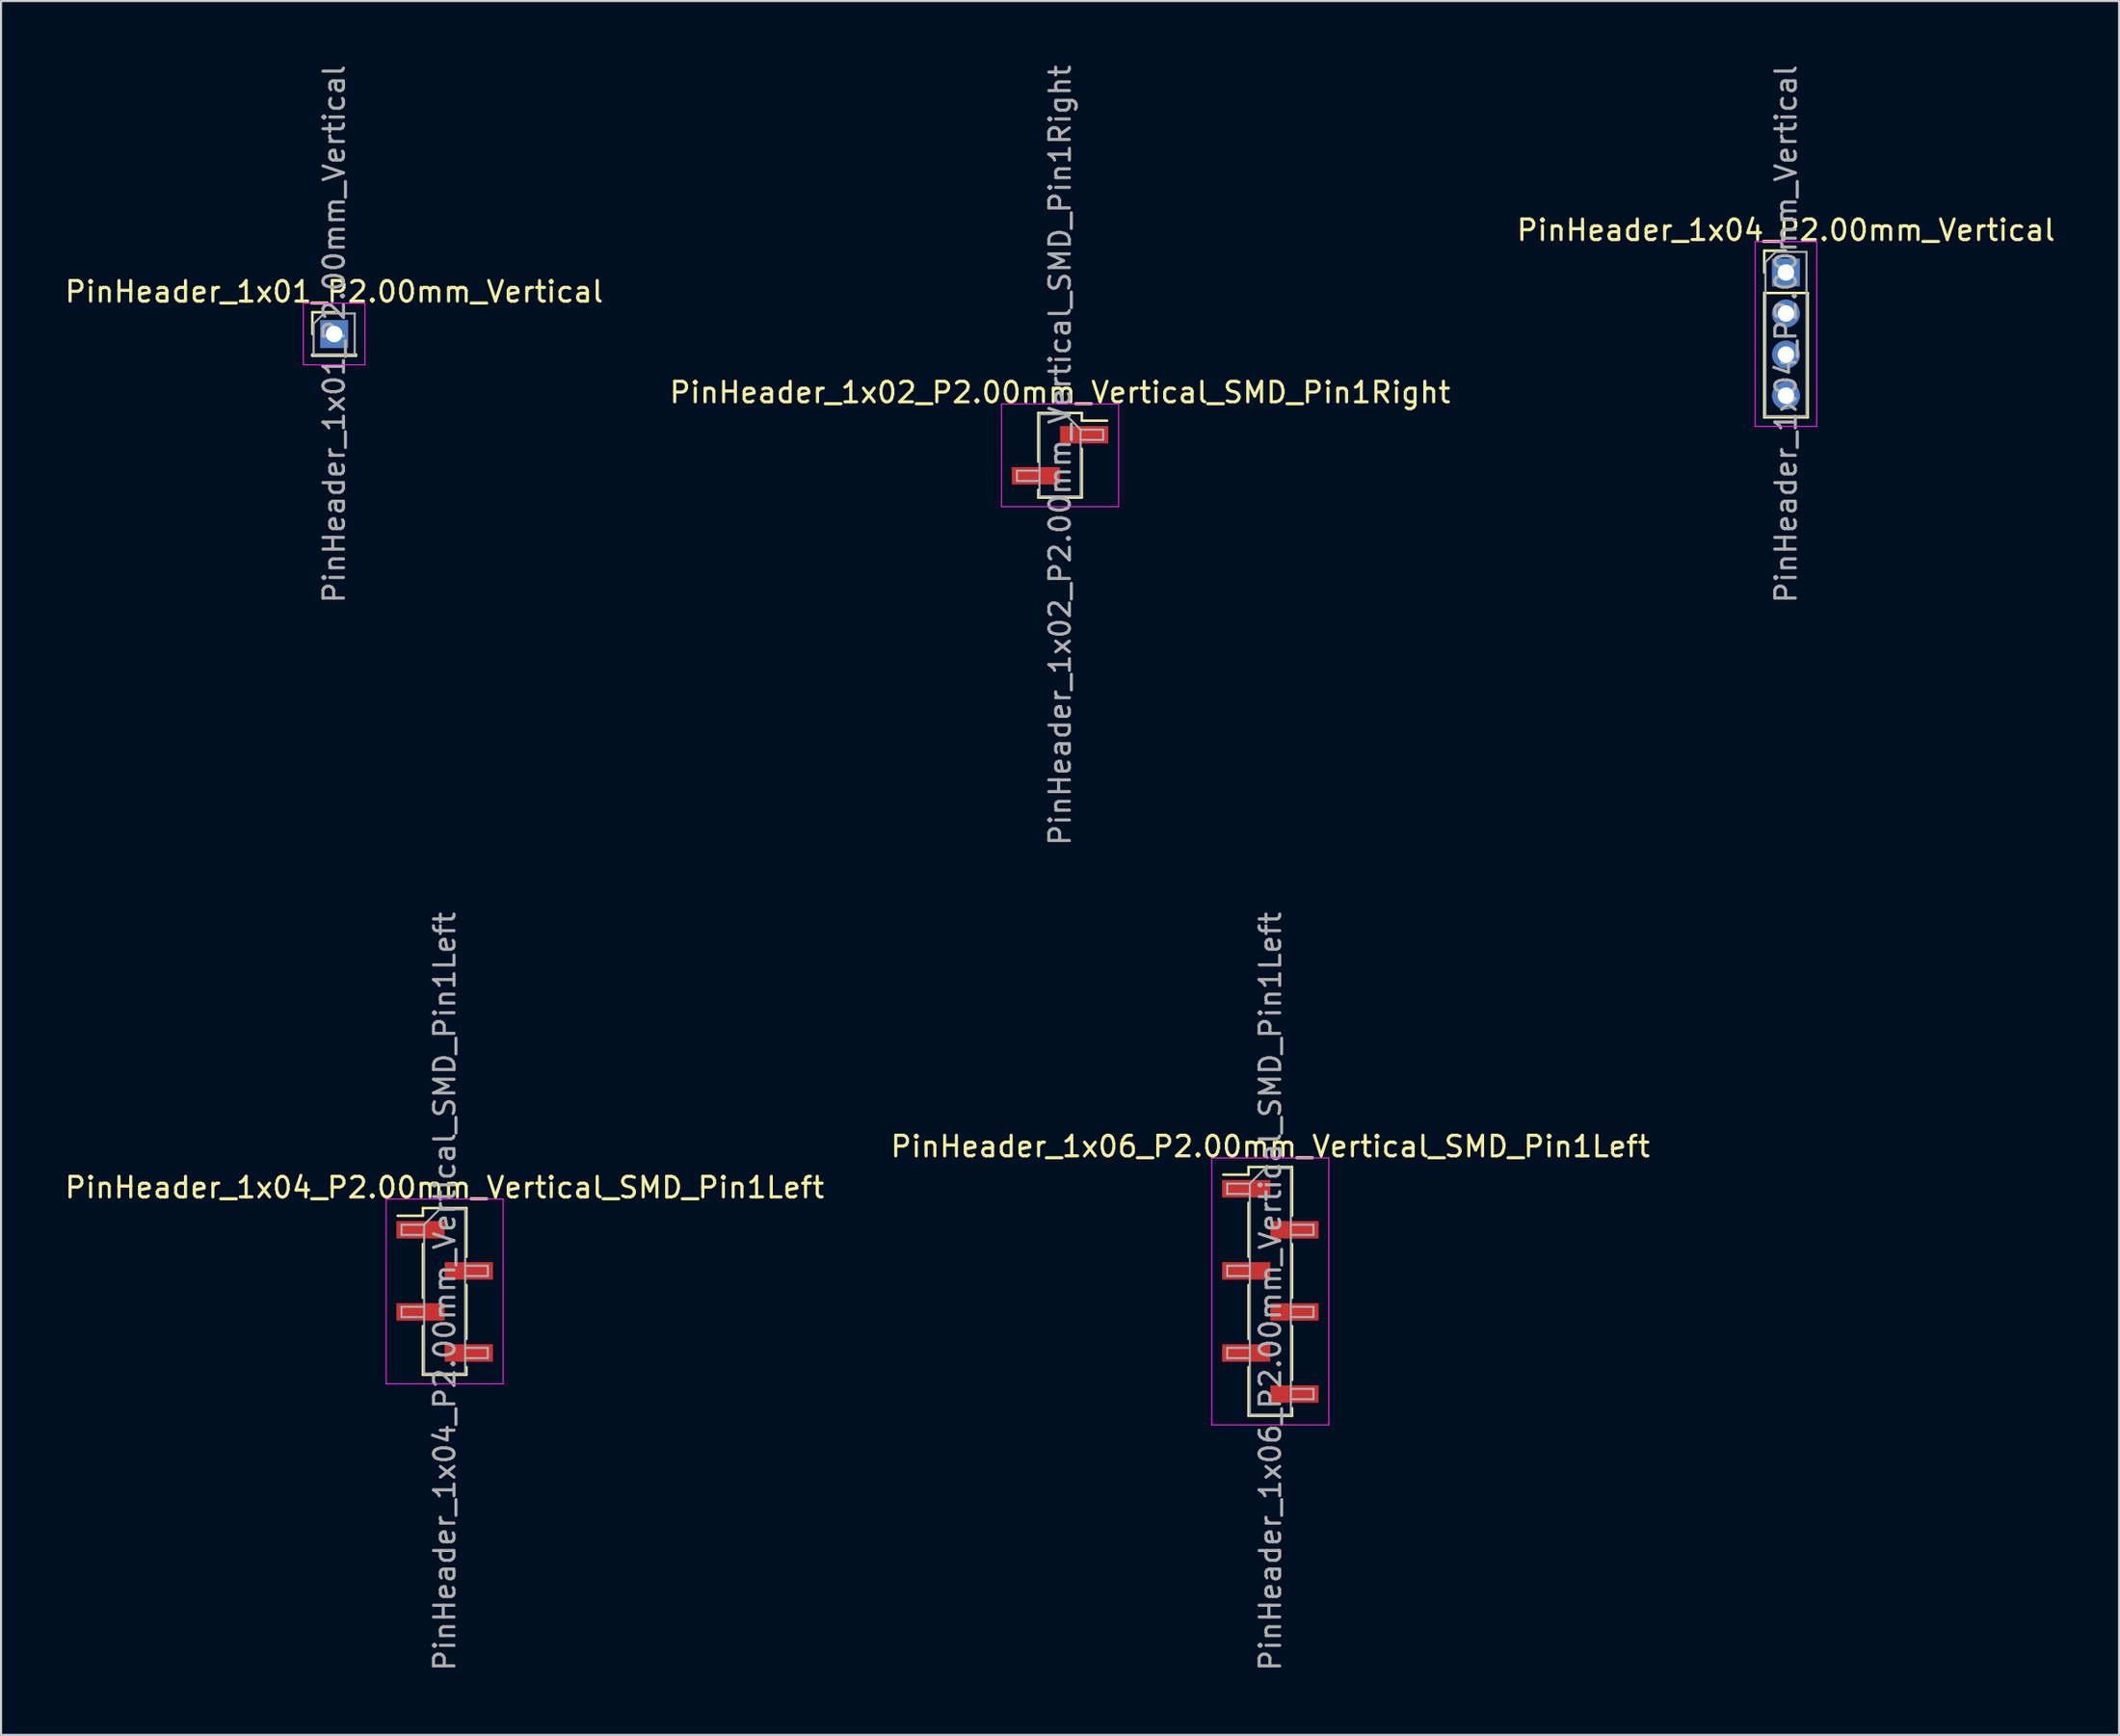
<source format=kicad_pcb>
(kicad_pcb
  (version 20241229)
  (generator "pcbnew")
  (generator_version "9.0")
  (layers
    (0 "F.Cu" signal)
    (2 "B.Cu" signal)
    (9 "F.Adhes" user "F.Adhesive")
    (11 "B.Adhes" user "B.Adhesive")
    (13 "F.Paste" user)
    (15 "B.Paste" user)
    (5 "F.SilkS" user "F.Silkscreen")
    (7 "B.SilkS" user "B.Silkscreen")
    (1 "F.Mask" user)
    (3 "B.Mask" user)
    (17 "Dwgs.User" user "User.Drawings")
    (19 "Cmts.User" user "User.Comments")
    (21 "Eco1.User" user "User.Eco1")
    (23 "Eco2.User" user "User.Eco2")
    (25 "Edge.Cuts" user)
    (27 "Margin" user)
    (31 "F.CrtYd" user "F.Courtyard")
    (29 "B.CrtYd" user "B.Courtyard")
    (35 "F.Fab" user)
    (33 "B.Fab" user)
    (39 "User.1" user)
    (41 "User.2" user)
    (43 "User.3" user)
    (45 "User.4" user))
  (footprint "PinHeader_1x04_P2.00mm_Vertical_SMD_Pin1Left"
    (layer "F.Cu")
    (at 18.601 59.851)
    (property "Reference" "PinHeader_1x04_P2.00mm_Vertical_SMD_Pin1Left" (at 0 -5.06 0) (layer "F.SilkS") (effects (font (size 1 1) (thickness 0.15))))
    (attr smd)
    (fp_line (start -1.06 -4.06) (end -1.06 -3.685) (stroke (width 0.12) (type solid)) (layer "F.SilkS"))
    (fp_line (start -1.06 -4.06) (end 1.06 -4.06) (stroke (width 0.12) (type solid)) (layer "F.SilkS"))
    (fp_line (start -1.06 -3.685) (end -2.29 -3.685) (stroke (width 0.12) (type solid)) (layer "F.SilkS"))
    (fp_line (start -1.06 -2.315) (end -1.06 0.315) (stroke (width 0.12) (type solid)) (layer "F.SilkS"))
    (fp_line (start -1.06 1.685) (end -1.06 4.06) (stroke (width 0.12) (type solid)) (layer "F.SilkS"))
    (fp_line (start -1.06 4.06) (end 1.06 4.06) (stroke (width 0.12) (type solid)) (layer "F.SilkS"))
    (fp_line (start 1.06 -4.06) (end 1.06 -1.685) (stroke (width 0.12) (type solid)) (layer "F.SilkS"))
    (fp_line (start 1.06 -0.315) (end 1.06 2.315) (stroke (width 0.12) (type solid)) (layer "F.SilkS"))
    (fp_line (start 1.06 3.685) (end 1.06 4.06) (stroke (width 0.12) (type solid)) (layer "F.SilkS"))
    (fp_line (start -2.85 -4.5) (end -2.85 4.5) (stroke (width 0.05) (type solid)) (layer "F.CrtYd"))
    (fp_line (start -2.85 4.5) (end 2.85 4.5) (stroke (width 0.05) (type solid)) (layer "F.CrtYd"))
    (fp_line (start 2.85 -4.5) (end -2.85 -4.5) (stroke (width 0.05) (type solid)) (layer "F.CrtYd"))
    (fp_line (start 2.85 4.5) (end 2.85 -4.5) (stroke (width 0.05) (type solid)) (layer "F.CrtYd"))
    (fp_line (start -2.1 -3.25) (end -2.1 -2.75) (stroke (width 0.1) (type solid)) (layer "F.Fab"))
    (fp_line (start -2.1 -2.75) (end -1 -2.75) (stroke (width 0.1) (type solid)) (layer "F.Fab"))
    (fp_line (start -2.1 0.75) (end -2.1 1.25) (stroke (width 0.1) (type solid)) (layer "F.Fab"))
    (fp_line (start -2.1 1.25) (end -1 1.25) (stroke (width 0.1) (type solid)) (layer "F.Fab"))
    (fp_line (start -1 -3.25) (end -2.1 -3.25) (stroke (width 0.1) (type solid)) (layer "F.Fab"))
    (fp_line (start -1 -3.25) (end -0.25 -4) (stroke (width 0.1) (type solid)) (layer "F.Fab"))
    (fp_line (start -1 0.75) (end -2.1 0.75) (stroke (width 0.1) (type solid)) (layer "F.Fab"))
    (fp_line (start -1 4) (end -1 -3.25) (stroke (width 0.1) (type solid)) (layer "F.Fab"))
    (fp_line (start -0.25 -4) (end 1 -4) (stroke (width 0.1) (type solid)) (layer "F.Fab"))
    (fp_line (start 1 -4) (end 1 4) (stroke (width 0.1) (type solid)) (layer "F.Fab"))
    (fp_line (start 1 -1.25) (end 2.1 -1.25) (stroke (width 0.1) (type solid)) (layer "F.Fab"))
    (fp_line (start 1 2.75) (end 2.1 2.75) (stroke (width 0.1) (type solid)) (layer "F.Fab"))
    (fp_line (start 1 4) (end -1 4) (stroke (width 0.1) (type solid)) (layer "F.Fab"))
    (fp_line (start 2.1 -1.25) (end 2.1 -0.75) (stroke (width 0.1) (type solid)) (layer "F.Fab"))
    (fp_line (start 2.1 -0.75) (end 1 -0.75) (stroke (width 0.1) (type solid)) (layer "F.Fab"))
    (fp_line (start 2.1 2.75) (end 2.1 3.25) (stroke (width 0.1) (type solid)) (layer "F.Fab"))
    (fp_line (start 2.1 3.25) (end 1 3.25) (stroke (width 0.1) (type solid)) (layer "F.Fab"))
    (fp_text user "${REFERENCE}" (at 0 0 90) (layer "F.Fab") (effects (font (size 1 1) (thickness 0.15))))
    (pad "1" smd rect (at -1.175 -3) (size 2.35 0.85) (layers "F.Cu" "F.Mask" "F.Paste"))
    (pad "2" smd rect (at 1.175 -1) (size 2.35 0.85) (layers "F.Cu" "F.Mask" "F.Paste"))
    (pad "3" smd rect (at -1.175 1) (size 2.35 0.85) (layers "F.Cu" "F.Mask" "F.Paste"))
    (pad "4" smd rect (at 1.175 3) (size 2.35 0.85) (layers "F.Cu" "F.Mask" "F.Paste")))
  (footprint "PinHeader_1x06_P2.00mm_Vertical_SMD_Pin1Left"
    (layer "F.Cu")
    (at 58.804 59.851)
    (property "Reference" "PinHeader_1x06_P2.00mm_Vertical_SMD_Pin1Left" (at 0 -7.06 0) (layer "F.SilkS") (effects (font (size 1 1) (thickness 0.15))))
    (attr smd)
    (fp_line (start -1.06 -6.06) (end -1.06 -5.685) (stroke (width 0.12) (type solid)) (layer "F.SilkS"))
    (fp_line (start -1.06 -6.06) (end 1.06 -6.06) (stroke (width 0.12) (type solid)) (layer "F.SilkS"))
    (fp_line (start -1.06 -5.685) (end -2.29 -5.685) (stroke (width 0.12) (type solid)) (layer "F.SilkS"))
    (fp_line (start -1.06 -4.315) (end -1.06 -1.685) (stroke (width 0.12) (type solid)) (layer "F.SilkS"))
    (fp_line (start -1.06 -0.315) (end -1.06 2.315) (stroke (width 0.12) (type solid)) (layer "F.SilkS"))
    (fp_line (start -1.06 3.685) (end -1.06 6.06) (stroke (width 0.12) (type solid)) (layer "F.SilkS"))
    (fp_line (start -1.06 6.06) (end 1.06 6.06) (stroke (width 0.12) (type solid)) (layer "F.SilkS"))
    (fp_line (start 1.06 -6.06) (end 1.06 -3.685) (stroke (width 0.12) (type solid)) (layer "F.SilkS"))
    (fp_line (start 1.06 -2.315) (end 1.06 0.315) (stroke (width 0.12) (type solid)) (layer "F.SilkS"))
    (fp_line (start 1.06 1.685) (end 1.06 4.315) (stroke (width 0.12) (type solid)) (layer "F.SilkS"))
    (fp_line (start 1.06 5.685) (end 1.06 6.06) (stroke (width 0.12) (type solid)) (layer "F.SilkS"))
    (fp_line (start -2.85 -6.5) (end -2.85 6.5) (stroke (width 0.05) (type solid)) (layer "F.CrtYd"))
    (fp_line (start -2.85 6.5) (end 2.85 6.5) (stroke (width 0.05) (type solid)) (layer "F.CrtYd"))
    (fp_line (start 2.85 -6.5) (end -2.85 -6.5) (stroke (width 0.05) (type solid)) (layer "F.CrtYd"))
    (fp_line (start 2.85 6.5) (end 2.85 -6.5) (stroke (width 0.05) (type solid)) (layer "F.CrtYd"))
    (fp_line (start -2.1 -5.25) (end -2.1 -4.75) (stroke (width 0.1) (type solid)) (layer "F.Fab"))
    (fp_line (start -2.1 -4.75) (end -1 -4.75) (stroke (width 0.1) (type solid)) (layer "F.Fab"))
    (fp_line (start -2.1 -1.25) (end -2.1 -0.75) (stroke (width 0.1) (type solid)) (layer "F.Fab"))
    (fp_line (start -2.1 -0.75) (end -1 -0.75) (stroke (width 0.1) (type solid)) (layer "F.Fab"))
    (fp_line (start -2.1 2.75) (end -2.1 3.25) (stroke (width 0.1) (type solid)) (layer "F.Fab"))
    (fp_line (start -2.1 3.25) (end -1 3.25) (stroke (width 0.1) (type solid)) (layer "F.Fab"))
    (fp_line (start -1 -5.25) (end -2.1 -5.25) (stroke (width 0.1) (type solid)) (layer "F.Fab"))
    (fp_line (start -1 -5.25) (end -0.25 -6) (stroke (width 0.1) (type solid)) (layer "F.Fab"))
    (fp_line (start -1 -1.25) (end -2.1 -1.25) (stroke (width 0.1) (type solid)) (layer "F.Fab"))
    (fp_line (start -1 2.75) (end -2.1 2.75) (stroke (width 0.1) (type solid)) (layer "F.Fab"))
    (fp_line (start -1 6) (end -1 -5.25) (stroke (width 0.1) (type solid)) (layer "F.Fab"))
    (fp_line (start -0.25 -6) (end 1 -6) (stroke (width 0.1) (type solid)) (layer "F.Fab"))
    (fp_line (start 1 -6) (end 1 6) (stroke (width 0.1) (type solid)) (layer "F.Fab"))
    (fp_line (start 1 -3.25) (end 2.1 -3.25) (stroke (width 0.1) (type solid)) (layer "F.Fab"))
    (fp_line (start 1 0.75) (end 2.1 0.75) (stroke (width 0.1) (type solid)) (layer "F.Fab"))
    (fp_line (start 1 4.75) (end 2.1 4.75) (stroke (width 0.1) (type solid)) (layer "F.Fab"))
    (fp_line (start 1 6) (end -1 6) (stroke (width 0.1) (type solid)) (layer "F.Fab"))
    (fp_line (start 2.1 -3.25) (end 2.1 -2.75) (stroke (width 0.1) (type solid)) (layer "F.Fab"))
    (fp_line (start 2.1 -2.75) (end 1 -2.75) (stroke (width 0.1) (type solid)) (layer "F.Fab"))
    (fp_line (start 2.1 0.75) (end 2.1 1.25) (stroke (width 0.1) (type solid)) (layer "F.Fab"))
    (fp_line (start 2.1 1.25) (end 1 1.25) (stroke (width 0.1) (type solid)) (layer "F.Fab"))
    (fp_line (start 2.1 4.75) (end 2.1 5.25) (stroke (width 0.1) (type solid)) (layer "F.Fab"))
    (fp_line (start 2.1 5.25) (end 1 5.25) (stroke (width 0.1) (type solid)) (layer "F.Fab"))
    (fp_text user "${REFERENCE}" (at 0 0 90) (layer "F.Fab") (effects (font (size 1 1) (thickness 0.15))))
    (pad "1" smd rect (at -1.175 -5) (size 2.35 0.85) (layers "F.Cu" "F.Mask" "F.Paste"))
    (pad "2" smd rect (at 1.175 -3) (size 2.35 0.85) (layers "F.Cu" "F.Mask" "F.Paste"))
    (pad "3" smd rect (at -1.175 -1) (size 2.35 0.85) (layers "F.Cu" "F.Mask" "F.Paste"))
    (pad "4" smd rect (at 1.175 1) (size 2.35 0.85) (layers "F.Cu" "F.Mask" "F.Paste"))
    (pad "5" smd rect (at -1.175 3) (size 2.35 0.85) (layers "F.Cu" "F.Mask" "F.Paste"))
    (pad "6" smd rect (at 1.175 5) (size 2.35 0.85) (layers "F.Cu" "F.Mask" "F.Paste")))
  (footprint "PinHeader_1x01_P2.00mm_Vertical"
    (layer "F.Cu")
    (at 13.22 13.22)
    (property "Reference" "PinHeader_1x01_P2.00mm_Vertical" (at 0 -2.06 0) (layer "F.SilkS") (effects (font (size 1 1) (thickness 0.15))))
    (attr through_hole)
    (fp_line (start -1.06 -1.06) (end 0 -1.06) (stroke (width 0.12) (type solid)) (layer "F.SilkS"))
    (fp_line (start -1.06 0) (end -1.06 -1.06) (stroke (width 0.12) (type solid)) (layer "F.SilkS"))
    (fp_line (start -1.06 1) (end -1.06 1.06) (stroke (width 0.12) (type solid)) (layer "F.SilkS"))
    (fp_line (start -1.06 1) (end 1.06 1) (stroke (width 0.12) (type solid)) (layer "F.SilkS"))
    (fp_line (start -1.06 1.06) (end 1.06 1.06) (stroke (width 0.12) (type solid)) (layer "F.SilkS"))
    (fp_line (start 1.06 1) (end 1.06 1.06) (stroke (width 0.12) (type solid)) (layer "F.SilkS"))
    (fp_line (start -1.5 -1.5) (end -1.5 1.5) (stroke (width 0.05) (type solid)) (layer "F.CrtYd"))
    (fp_line (start -1.5 1.5) (end 1.5 1.5) (stroke (width 0.05) (type solid)) (layer "F.CrtYd"))
    (fp_line (start 1.5 -1.5) (end -1.5 -1.5) (stroke (width 0.05) (type solid)) (layer "F.CrtYd"))
    (fp_line (start 1.5 1.5) (end 1.5 -1.5) (stroke (width 0.05) (type solid)) (layer "F.CrtYd"))
    (fp_line (start -1 -0.5) (end -0.5 -1) (stroke (width 0.1) (type solid)) (layer "F.Fab"))
    (fp_line (start -1 1) (end -1 -0.5) (stroke (width 0.1) (type solid)) (layer "F.Fab"))
    (fp_line (start -0.5 -1) (end 1 -1) (stroke (width 0.1) (type solid)) (layer "F.Fab"))
    (fp_line (start 1 -1) (end 1 1) (stroke (width 0.1) (type solid)) (layer "F.Fab"))
    (fp_line (start 1 1) (end -1 1) (stroke (width 0.1) (type solid)) (layer "F.Fab"))
    (fp_text user "${REFERENCE}" (at 0 0 90) (layer "F.Fab") (effects (font (size 1 1) (thickness 0.15))))
    (pad "1" thru_hole rect (at 0 0) (size 1.35 1.35) (drill 0.8) (layers "*.Cu" "*.Mask")))
  (footprint "PinHeader_1x02_P2.00mm_Vertical_SMD_Pin1Right"
    (layer "F.Cu")
    (at 48.565 19.125)
    (property "Reference" "PinHeader_1x02_P2.00mm_Vertical_SMD_Pin1Right" (at 0 -3.06 0) (layer "F.SilkS") (effects (font (size 1 1) (thickness 0.15))))
    (attr smd)
    (fp_line (start -1.06 -2.06) (end -1.06 0.315) (stroke (width 0.12) (type solid)) (layer "F.SilkS"))
    (fp_line (start -1.06 -2.06) (end 1.06 -2.06) (stroke (width 0.12) (type solid)) (layer "F.SilkS"))
    (fp_line (start -1.06 1.685) (end -1.06 2.06) (stroke (width 0.12) (type solid)) (layer "F.SilkS"))
    (fp_line (start -1.06 2.06) (end 1.06 2.06) (stroke (width 0.12) (type solid)) (layer "F.SilkS"))
    (fp_line (start 1.06 -2.06) (end 1.06 -1.685) (stroke (width 0.12) (type solid)) (layer "F.SilkS"))
    (fp_line (start 1.06 -1.685) (end 2.29 -1.685) (stroke (width 0.12) (type solid)) (layer "F.SilkS"))
    (fp_line (start 1.06 -0.315) (end 1.06 2.06) (stroke (width 0.12) (type solid)) (layer "F.SilkS"))
    (fp_line (start -2.85 -2.5) (end -2.85 2.5) (stroke (width 0.05) (type solid)) (layer "F.CrtYd"))
    (fp_line (start -2.85 2.5) (end 2.85 2.5) (stroke (width 0.05) (type solid)) (layer "F.CrtYd"))
    (fp_line (start 2.85 -2.5) (end -2.85 -2.5) (stroke (width 0.05) (type solid)) (layer "F.CrtYd"))
    (fp_line (start 2.85 2.5) (end 2.85 -2.5) (stroke (width 0.05) (type solid)) (layer "F.CrtYd"))
    (fp_line (start -2.1 0.75) (end -2.1 1.25) (stroke (width 0.1) (type solid)) (layer "F.Fab"))
    (fp_line (start -2.1 1.25) (end -1 1.25) (stroke (width 0.1) (type solid)) (layer "F.Fab"))
    (fp_line (start -1 -2) (end -1 2) (stroke (width 0.1) (type solid)) (layer "F.Fab"))
    (fp_line (start -1 -2) (end 0.25 -2) (stroke (width 0.1) (type solid)) (layer "F.Fab"))
    (fp_line (start -1 0.75) (end -2.1 0.75) (stroke (width 0.1) (type solid)) (layer "F.Fab"))
    (fp_line (start 1 -1.25) (end 0.25 -2) (stroke (width 0.1) (type solid)) (layer "F.Fab"))
    (fp_line (start 1 -1.25) (end 2.1 -1.25) (stroke (width 0.1) (type solid)) (layer "F.Fab"))
    (fp_line (start 1 2) (end -1 2) (stroke (width 0.1) (type solid)) (layer "F.Fab"))
    (fp_line (start 1 2) (end 1 -1.25) (stroke (width 0.1) (type solid)) (layer "F.Fab"))
    (fp_line (start 2.1 -1.25) (end 2.1 -0.75) (stroke (width 0.1) (type solid)) (layer "F.Fab"))
    (fp_line (start 2.1 -0.75) (end 1 -0.75) (stroke (width 0.1) (type solid)) (layer "F.Fab"))
    (fp_text user "${REFERENCE}" (at 0 0 90) (layer "F.Fab") (effects (font (size 1 1) (thickness 0.15))))
    (pad "1" smd rect (at 1.175 -1) (size 2.35 0.85) (layers "F.Cu" "F.Mask" "F.Paste"))
    (pad "2" smd rect (at -1.175 1) (size 2.35 0.85) (layers "F.Cu" "F.Mask" "F.Paste")))
  (footprint "PinHeader_1x04_P2.00mm_Vertical"
    (layer "F.Cu")
    (at 83.911 10.22)
    (property "Reference" "PinHeader_1x04_P2.00mm_Vertical" (at 0 -2.06 0) (layer "F.SilkS") (effects (font (size 1 1) (thickness 0.15))))
    (attr through_hole)
    (fp_line (start -1.06 -1.06) (end 0 -1.06) (stroke (width 0.12) (type solid)) (layer "F.SilkS"))
    (fp_line (start -1.06 0) (end -1.06 -1.06) (stroke (width 0.12) (type solid)) (layer "F.SilkS"))
    (fp_line (start -1.06 1) (end -1.06 7.06) (stroke (width 0.12) (type solid)) (layer "F.SilkS"))
    (fp_line (start -1.06 1) (end 1.06 1) (stroke (width 0.12) (type solid)) (layer "F.SilkS"))
    (fp_line (start -1.06 7.06) (end 1.06 7.06) (stroke (width 0.12) (type solid)) (layer "F.SilkS"))
    (fp_line (start 1.06 1) (end 1.06 7.06) (stroke (width 0.12) (type solid)) (layer "F.SilkS"))
    (fp_line (start -1.5 -1.5) (end -1.5 7.5) (stroke (width 0.05) (type solid)) (layer "F.CrtYd"))
    (fp_line (start -1.5 7.5) (end 1.5 7.5) (stroke (width 0.05) (type solid)) (layer "F.CrtYd"))
    (fp_line (start 1.5 -1.5) (end -1.5 -1.5) (stroke (width 0.05) (type solid)) (layer "F.CrtYd"))
    (fp_line (start 1.5 7.5) (end 1.5 -1.5) (stroke (width 0.05) (type solid)) (layer "F.CrtYd"))
    (fp_line (start -1 -0.5) (end -0.5 -1) (stroke (width 0.1) (type solid)) (layer "F.Fab"))
    (fp_line (start -1 7) (end -1 -0.5) (stroke (width 0.1) (type solid)) (layer "F.Fab"))
    (fp_line (start -0.5 -1) (end 1 -1) (stroke (width 0.1) (type solid)) (layer "F.Fab"))
    (fp_line (start 1 -1) (end 1 7) (stroke (width 0.1) (type solid)) (layer "F.Fab"))
    (fp_line (start 1 7) (end -1 7) (stroke (width 0.1) (type solid)) (layer "F.Fab"))
    (fp_text user "${REFERENCE}" (at 0 3 90) (layer "F.Fab") (effects (font (size 1 1) (thickness 0.15))))
    (pad "1" thru_hole rect (at 0 0) (size 1.35 1.35) (drill 0.8) (layers "*.Cu" "*.Mask"))
    (pad "2" thru_hole oval (at 0 2) (size 1.35 1.35) (drill 0.8) (layers "*.Cu" "*.Mask"))
    (pad "3" thru_hole oval (at 0 4) (size 1.35 1.35) (drill 0.8) (layers "*.Cu" "*.Mask"))
    (pad "4" thru_hole oval (at 0 6) (size 1.35 1.35) (drill 0.8) (layers "*.Cu" "*.Mask")))
  (gr_rect
    (start -3 -3)
    (end 100.131 81.452)
    (stroke (width 0.1) (type default))
    (fill no)
    (layer "Edge.Cuts")))
</source>
